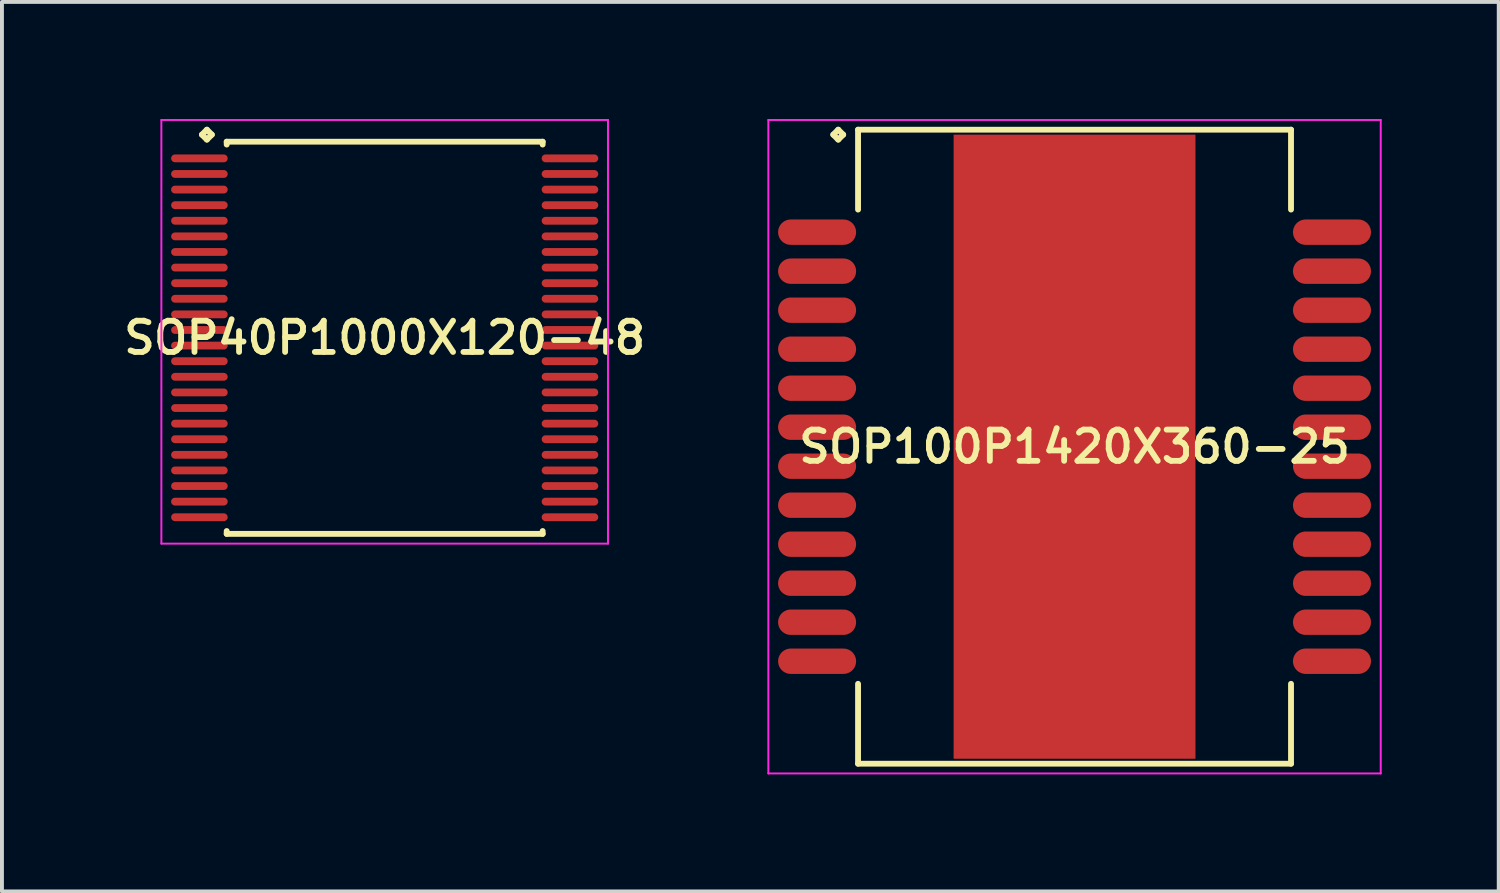
<source format=kicad_pcb>
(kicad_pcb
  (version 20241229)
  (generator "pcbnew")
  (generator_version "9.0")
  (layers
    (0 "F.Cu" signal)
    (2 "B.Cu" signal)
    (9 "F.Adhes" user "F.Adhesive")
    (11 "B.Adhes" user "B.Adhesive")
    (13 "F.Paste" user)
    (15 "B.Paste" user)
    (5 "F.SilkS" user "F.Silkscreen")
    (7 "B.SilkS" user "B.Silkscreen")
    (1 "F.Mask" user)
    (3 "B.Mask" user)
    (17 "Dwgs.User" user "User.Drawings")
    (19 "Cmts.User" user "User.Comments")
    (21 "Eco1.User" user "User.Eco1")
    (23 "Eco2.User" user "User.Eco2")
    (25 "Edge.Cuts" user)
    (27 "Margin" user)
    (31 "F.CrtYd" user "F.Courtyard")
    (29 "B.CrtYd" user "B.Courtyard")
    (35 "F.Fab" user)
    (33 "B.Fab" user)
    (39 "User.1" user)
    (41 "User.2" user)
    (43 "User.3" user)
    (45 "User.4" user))
  (footprint "SOP100P1420X360-25"
    (layer "F.Cu")
    (at 24.498 8.402)
    (property "Reference" "SOP100P1420X360-25" (at 0 0 0) (layer "F.SilkS") (effects (font (size 0.8 0.8) (thickness 0.15))))
    (attr smd)
    (fp_line (start -6.185 -8) (end -6.058 -8.127) (stroke (width 0.15) (type solid)) (layer "F.SilkS"))
    (fp_line (start -6.058 -8.127) (end -5.931 -8) (stroke (width 0.15) (type solid)) (layer "F.SilkS"))
    (fp_line (start -6.058 -7.873) (end -6.185 -8) (stroke (width 0.15) (type solid)) (layer "F.SilkS"))
    (fp_line (start -5.931 -8) (end -6.058 -7.873) (stroke (width 0.15) (type solid)) (layer "F.SilkS"))
    (fp_line (start -5.55 -8.127) (end 5.55 -8.127) (stroke (width 0.15) (type solid)) (layer "F.SilkS"))
    (fp_line (start -5.55 -6.079) (end -5.55 -8.127) (stroke (width 0.15) (type solid)) (layer "F.SilkS"))
    (fp_line (start -5.55 6.079) (end -5.55 8.127) (stroke (width 0.15) (type solid)) (layer "F.SilkS"))
    (fp_line (start -5.55 8.127) (end 5.55 8.127) (stroke (width 0.15) (type solid)) (layer "F.SilkS"))
    (fp_line (start 5.55 -8.127) (end 5.55 -6.079) (stroke (width 0.15) (type solid)) (layer "F.SilkS"))
    (fp_line (start 5.55 8.127) (end 5.55 6.079) (stroke (width 0.15) (type solid)) (layer "F.SilkS"))
    (fp_line (start -7.85 -8.377) (end 7.85 -8.377) (stroke (width 0.05) (type solid)) (layer "F.CrtYd"))
    (fp_line (start -7.85 8.377) (end -7.85 -8.377) (stroke (width 0.05) (type solid)) (layer "F.CrtYd"))
    (fp_line (start 7.85 -8.377) (end 7.85 8.377) (stroke (width 0.05) (type solid)) (layer "F.CrtYd"))
    (fp_line (start 7.85 8.377) (end -7.85 8.377) (stroke (width 0.05) (type solid)) (layer "F.CrtYd"))
    (pad "1" smd oval (at -6.6 -5.5) (size 2 0.65) (layers "F.Cu" "F.Mask" "F.Paste"))
    (pad "2" smd oval (at -6.6 -4.5) (size 2 0.65) (layers "F.Cu" "F.Mask" "F.Paste"))
    (pad "3" smd oval (at -6.6 -3.5) (size 2 0.65) (layers "F.Cu" "F.Mask" "F.Paste"))
    (pad "4" smd oval (at -6.6 -2.5) (size 2 0.65) (layers "F.Cu" "F.Mask" "F.Paste"))
    (pad "5" smd oval (at -6.6 -1.5) (size 2 0.65) (layers "F.Cu" "F.Mask" "F.Paste"))
    (pad "6" smd oval (at -6.6 -0.5) (size 2 0.65) (layers "F.Cu" "F.Mask" "F.Paste"))
    (pad "7" smd oval (at -6.6 0.5) (size 2 0.65) (layers "F.Cu" "F.Mask" "F.Paste"))
    (pad "8" smd oval (at -6.6 1.5) (size 2 0.65) (layers "F.Cu" "F.Mask" "F.Paste"))
    (pad "9" smd oval (at -6.6 2.5) (size 2 0.65) (layers "F.Cu" "F.Mask" "F.Paste"))
    (pad "10" smd oval (at -6.6 3.5) (size 2 0.65) (layers "F.Cu" "F.Mask" "F.Paste"))
    (pad "11" smd oval (at -6.6 4.5) (size 2 0.65) (layers "F.Cu" "F.Mask" "F.Paste"))
    (pad "12" smd oval (at -6.6 5.5) (size 2 0.65) (layers "F.Cu" "F.Mask" "F.Paste"))
    (pad "13" smd oval (at 6.6 5.5) (size 2 0.65) (layers "F.Cu" "F.Mask" "F.Paste"))
    (pad "14" smd oval (at 6.6 4.5) (size 2 0.65) (layers "F.Cu" "F.Mask" "F.Paste"))
    (pad "15" smd oval (at 6.6 3.5) (size 2 0.65) (layers "F.Cu" "F.Mask" "F.Paste"))
    (pad "16" smd oval (at 6.6 2.5) (size 2 0.65) (layers "F.Cu" "F.Mask" "F.Paste"))
    (pad "17" smd oval (at 6.6 1.5) (size 2 0.65) (layers "F.Cu" "F.Mask" "F.Paste"))
    (pad "18" smd oval (at 6.6 0.5) (size 2 0.65) (layers "F.Cu" "F.Mask" "F.Paste"))
    (pad "19" smd oval (at 6.6 -0.5) (size 2 0.65) (layers "F.Cu" "F.Mask" "F.Paste"))
    (pad "20" smd oval (at 6.6 -1.5) (size 2 0.65) (layers "F.Cu" "F.Mask" "F.Paste"))
    (pad "21" smd oval (at 6.6 -2.5) (size 2 0.65) (layers "F.Cu" "F.Mask" "F.Paste"))
    (pad "22" smd oval (at 6.6 -3.5) (size 2 0.65) (layers "F.Cu" "F.Mask" "F.Paste"))
    (pad "23" smd oval (at 6.6 -4.5) (size 2 0.65) (layers "F.Cu" "F.Mask" "F.Paste"))
    (pad "24" smd oval (at 6.6 -5.5) (size 2 0.65) (layers "F.Cu" "F.Mask" "F.Paste"))
    (pad "25" smd rect (at 0 0) (size 6.2 16) (layers "F.Cu" "F.Mask" "F.Paste")))
  (footprint "SOP40P1000X120-48"
    (layer "F.Cu")
    (at 6.812 5.61)
    (property "Reference" "SOP40P1000X120-48" (at 0 0 0) (layer "F.SilkS") (effects (font (size 0.8 0.8) (thickness 0.15))))
    (attr smd)
    (fp_line (start -4.685 -5.208) (end -4.558 -5.335) (stroke (width 0.15) (type solid)) (layer "F.SilkS"))
    (fp_line (start -4.558 -5.335) (end -4.431 -5.208) (stroke (width 0.15) (type solid)) (layer "F.SilkS"))
    (fp_line (start -4.558 -5.081) (end -4.685 -5.208) (stroke (width 0.15) (type solid)) (layer "F.SilkS"))
    (fp_line (start -4.431 -5.208) (end -4.558 -5.081) (stroke (width 0.15) (type solid)) (layer "F.SilkS"))
    (fp_line (start -4.05 -5.027) (end 4.05 -5.027) (stroke (width 0.15) (type solid)) (layer "F.SilkS"))
    (fp_line (start -4.05 -4.954) (end -4.05 -5.027) (stroke (width 0.15) (type solid)) (layer "F.SilkS"))
    (fp_line (start -4.05 4.954) (end -4.05 5.027) (stroke (width 0.15) (type solid)) (layer "F.SilkS"))
    (fp_line (start -4.05 5.027) (end 4.05 5.027) (stroke (width 0.15) (type solid)) (layer "F.SilkS"))
    (fp_line (start 4.05 -5.027) (end 4.05 -4.954) (stroke (width 0.15) (type solid)) (layer "F.SilkS"))
    (fp_line (start 4.05 5.027) (end 4.05 4.954) (stroke (width 0.15) (type solid)) (layer "F.SilkS"))
    (fp_line (start -5.725 -5.585) (end 5.725 -5.585) (stroke (width 0.05) (type solid)) (layer "F.CrtYd"))
    (fp_line (start -5.725 5.277) (end -5.725 -5.585) (stroke (width 0.05) (type solid)) (layer "F.CrtYd"))
    (fp_line (start 5.725 -5.585) (end 5.725 5.277) (stroke (width 0.05) (type solid)) (layer "F.CrtYd"))
    (fp_line (start 5.725 5.277) (end -5.725 5.277) (stroke (width 0.05) (type solid)) (layer "F.CrtYd"))
    (pad "1" smd oval (at -4.75 -4.6) (size 1.45 0.2) (layers "F.Cu" "F.Mask" "F.Paste"))
    (pad "2" smd oval (at -4.75 -4.2) (size 1.45 0.2) (layers "F.Cu" "F.Mask" "F.Paste"))
    (pad "3" smd oval (at -4.75 -3.8) (size 1.45 0.2) (layers "F.Cu" "F.Mask" "F.Paste"))
    (pad "4" smd oval (at -4.75 -3.4) (size 1.45 0.2) (layers "F.Cu" "F.Mask" "F.Paste"))
    (pad "5" smd oval (at -4.75 -3) (size 1.45 0.2) (layers "F.Cu" "F.Mask" "F.Paste"))
    (pad "6" smd oval (at -4.75 -2.6) (size 1.45 0.2) (layers "F.Cu" "F.Mask" "F.Paste"))
    (pad "7" smd oval (at -4.75 -2.2) (size 1.45 0.2) (layers "F.Cu" "F.Mask" "F.Paste"))
    (pad "8" smd oval (at -4.75 -1.8) (size 1.45 0.2) (layers "F.Cu" "F.Mask" "F.Paste"))
    (pad "9" smd oval (at -4.75 -1.4) (size 1.45 0.2) (layers "F.Cu" "F.Mask" "F.Paste"))
    (pad "10" smd oval (at -4.75 -1) (size 1.45 0.2) (layers "F.Cu" "F.Mask" "F.Paste"))
    (pad "11" smd oval (at -4.75 -0.6) (size 1.45 0.2) (layers "F.Cu" "F.Mask" "F.Paste"))
    (pad "12" smd oval (at -4.75 -0.2) (size 1.45 0.2) (layers "F.Cu" "F.Mask" "F.Paste"))
    (pad "13" smd oval (at -4.75 0.2) (size 1.45 0.2) (layers "F.Cu" "F.Mask" "F.Paste"))
    (pad "14" smd oval (at -4.75 0.6) (size 1.45 0.2) (layers "F.Cu" "F.Mask" "F.Paste"))
    (pad "15" smd oval (at -4.75 1) (size 1.45 0.2) (layers "F.Cu" "F.Mask" "F.Paste"))
    (pad "16" smd oval (at -4.75 1.4) (size 1.45 0.2) (layers "F.Cu" "F.Mask" "F.Paste"))
    (pad "17" smd oval (at -4.75 1.8) (size 1.45 0.2) (layers "F.Cu" "F.Mask" "F.Paste"))
    (pad "18" smd oval (at -4.75 2.2) (size 1.45 0.2) (layers "F.Cu" "F.Mask" "F.Paste"))
    (pad "19" smd oval (at -4.75 2.6) (size 1.45 0.2) (layers "F.Cu" "F.Mask" "F.Paste"))
    (pad "20" smd oval (at -4.75 3) (size 1.45 0.2) (layers "F.Cu" "F.Mask" "F.Paste"))
    (pad "21" smd oval (at -4.75 3.4) (size 1.45 0.2) (layers "F.Cu" "F.Mask" "F.Paste"))
    (pad "22" smd oval (at -4.75 3.8) (size 1.45 0.2) (layers "F.Cu" "F.Mask" "F.Paste"))
    (pad "23" smd oval (at -4.75 4.2) (size 1.45 0.2) (layers "F.Cu" "F.Mask" "F.Paste"))
    (pad "24" smd oval (at -4.75 4.6) (size 1.45 0.2) (layers "F.Cu" "F.Mask" "F.Paste"))
    (pad "25" smd oval (at 4.75 4.6) (size 1.45 0.2) (layers "F.Cu" "F.Mask" "F.Paste"))
    (pad "26" smd oval (at 4.75 4.2) (size 1.45 0.2) (layers "F.Cu" "F.Mask" "F.Paste"))
    (pad "27" smd oval (at 4.75 3.8) (size 1.45 0.2) (layers "F.Cu" "F.Mask" "F.Paste"))
    (pad "28" smd oval (at 4.75 3.4) (size 1.45 0.2) (layers "F.Cu" "F.Mask" "F.Paste"))
    (pad "29" smd oval (at 4.75 3) (size 1.45 0.2) (layers "F.Cu" "F.Mask" "F.Paste"))
    (pad "30" smd oval (at 4.75 2.6) (size 1.45 0.2) (layers "F.Cu" "F.Mask" "F.Paste"))
    (pad "31" smd oval (at 4.75 2.2) (size 1.45 0.2) (layers "F.Cu" "F.Mask" "F.Paste"))
    (pad "32" smd oval (at 4.75 1.8) (size 1.45 0.2) (layers "F.Cu" "F.Mask" "F.Paste"))
    (pad "33" smd oval (at 4.75 1.4) (size 1.45 0.2) (layers "F.Cu" "F.Mask" "F.Paste"))
    (pad "34" smd oval (at 4.75 1) (size 1.45 0.2) (layers "F.Cu" "F.Mask" "F.Paste"))
    (pad "35" smd oval (at 4.75 0.6) (size 1.45 0.2) (layers "F.Cu" "F.Mask" "F.Paste"))
    (pad "36" smd oval (at 4.75 0.2) (size 1.45 0.2) (layers "F.Cu" "F.Mask" "F.Paste"))
    (pad "37" smd oval (at 4.75 -0.2) (size 1.45 0.2) (layers "F.Cu" "F.Mask" "F.Paste"))
    (pad "38" smd oval (at 4.75 -0.6) (size 1.45 0.2) (layers "F.Cu" "F.Mask" "F.Paste"))
    (pad "39" smd oval (at 4.75 -1) (size 1.45 0.2) (layers "F.Cu" "F.Mask" "F.Paste"))
    (pad "40" smd oval (at 4.75 -1.4) (size 1.45 0.2) (layers "F.Cu" "F.Mask" "F.Paste"))
    (pad "41" smd oval (at 4.75 -1.8) (size 1.45 0.2) (layers "F.Cu" "F.Mask" "F.Paste"))
    (pad "42" smd oval (at 4.75 -2.2) (size 1.45 0.2) (layers "F.Cu" "F.Mask" "F.Paste"))
    (pad "43" smd oval (at 4.75 -2.6) (size 1.45 0.2) (layers "F.Cu" "F.Mask" "F.Paste"))
    (pad "44" smd oval (at 4.75 -3) (size 1.45 0.2) (layers "F.Cu" "F.Mask" "F.Paste"))
    (pad "45" smd oval (at 4.75 -3.4) (size 1.45 0.2) (layers "F.Cu" "F.Mask" "F.Paste"))
    (pad "46" smd oval (at 4.75 -3.8) (size 1.45 0.2) (layers "F.Cu" "F.Mask" "F.Paste"))
    (pad "47" smd oval (at 4.75 -4.2) (size 1.45 0.2) (layers "F.Cu" "F.Mask" "F.Paste"))
    (pad "48" smd oval (at 4.75 -4.6) (size 1.45 0.2) (layers "F.Cu" "F.Mask" "F.Paste")))
  (gr_rect
    (start -3 -3)
    (end 35.373 19.804)
    (stroke (width 0.1) (type default))
    (fill no)
    (layer "Edge.Cuts")))
</source>
